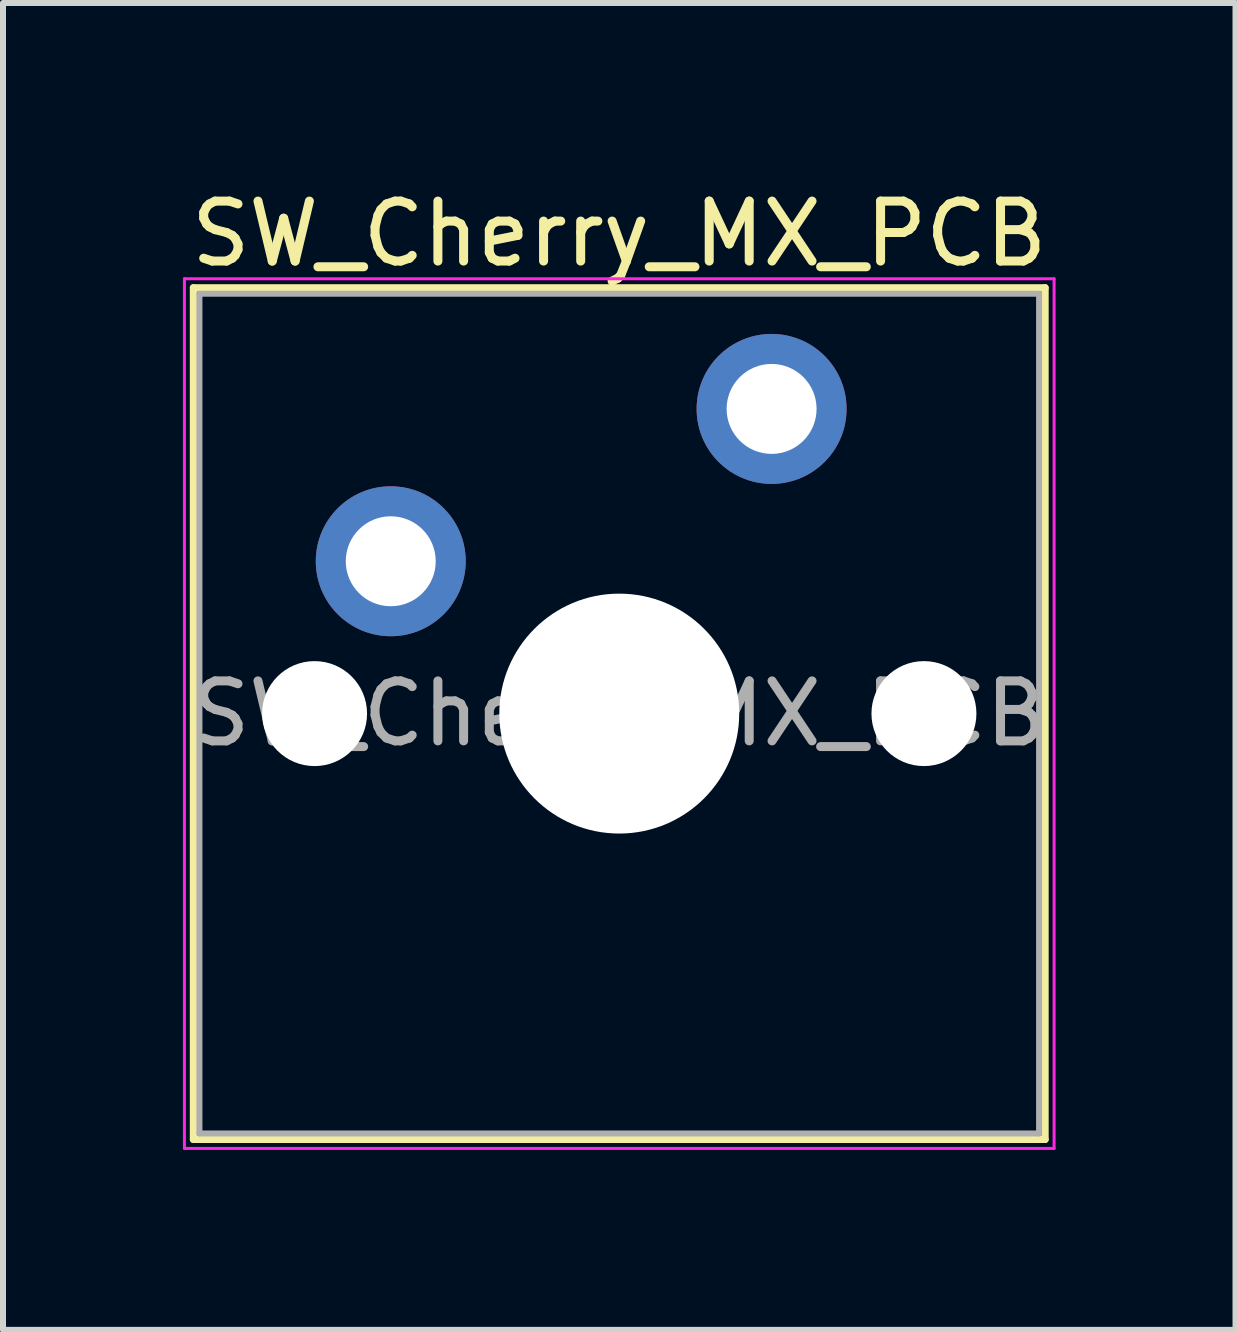
<source format=kicad_pcb>
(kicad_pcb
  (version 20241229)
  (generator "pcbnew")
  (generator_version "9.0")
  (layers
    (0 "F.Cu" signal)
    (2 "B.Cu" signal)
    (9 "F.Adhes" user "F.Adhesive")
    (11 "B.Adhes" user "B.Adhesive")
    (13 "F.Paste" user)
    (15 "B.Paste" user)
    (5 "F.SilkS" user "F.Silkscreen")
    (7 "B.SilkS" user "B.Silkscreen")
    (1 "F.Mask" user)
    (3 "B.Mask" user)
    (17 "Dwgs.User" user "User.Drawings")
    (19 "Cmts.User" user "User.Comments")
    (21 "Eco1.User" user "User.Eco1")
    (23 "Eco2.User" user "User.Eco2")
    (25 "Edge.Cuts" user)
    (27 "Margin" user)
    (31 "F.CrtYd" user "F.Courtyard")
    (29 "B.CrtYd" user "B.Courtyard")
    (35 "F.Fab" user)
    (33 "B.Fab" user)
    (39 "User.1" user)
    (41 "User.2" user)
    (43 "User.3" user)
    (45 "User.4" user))
  (footprint "SW_Cherry_MX_PCB"
    (layer "F.Cu")
    (at 7.275 8.848)
    (property "Reference" "SW_Cherry_MX_PCB" (at 0 -8 0) (layer "F.SilkS") (effects (font (size 1 1) (thickness 0.15))))
    (attr through_hole)
    (fp_line (start -7.1 -7.1) (end -7.1 7.1) (stroke (width 0.12) (type solid)) (layer "F.SilkS"))
    (fp_line (start -7.1 7.1) (end 7.1 7.1) (stroke (width 0.12) (type solid)) (layer "F.SilkS"))
    (fp_line (start 7.1 -7.1) (end -7.1 -7.1) (stroke (width 0.12) (type solid)) (layer "F.SilkS"))
    (fp_line (start 7.1 7.1) (end 7.1 -7.1) (stroke (width 0.12) (type solid)) (layer "F.SilkS"))
    (fp_line (start -7 -7) (end -7 7) (stroke (width 0.1) (type solid)) (layer "Eco1.User"))
    (fp_line (start -7 7) (end 7 7) (stroke (width 0.1) (type solid)) (layer "Eco1.User"))
    (fp_line (start 7 -7) (end -7 -7) (stroke (width 0.1) (type solid)) (layer "Eco1.User"))
    (fp_line (start 7 7) (end 7 -7) (stroke (width 0.1) (type solid)) (layer "Eco1.User"))
    (fp_line (start -7.25 -7.25) (end -7.25 7.25) (stroke (width 0.05) (type solid)) (layer "F.CrtYd"))
    (fp_line (start -7.25 7.25) (end 7.25 7.25) (stroke (width 0.05) (type solid)) (layer "F.CrtYd"))
    (fp_line (start 7.25 -7.25) (end -7.25 -7.25) (stroke (width 0.05) (type solid)) (layer "F.CrtYd"))
    (fp_line (start 7.25 7.25) (end 7.25 -7.25) (stroke (width 0.05) (type solid)) (layer "F.CrtYd"))
    (fp_line (start -7 -7) (end -7 7) (stroke (width 0.1) (type solid)) (layer "F.Fab"))
    (fp_line (start -7 7) (end 7 7) (stroke (width 0.1) (type solid)) (layer "F.Fab"))
    (fp_line (start 7 -7) (end -7 -7) (stroke (width 0.1) (type solid)) (layer "F.Fab"))
    (fp_line (start 7 7) (end 7 -7) (stroke (width 0.1) (type solid)) (layer "F.Fab"))
    (fp_text user "${REFERENCE}" (at 0 0 0) (layer "F.Fab") (effects (font (size 1 1) (thickness 0.15))))
    (pad "" np_thru_hole circle (at -5.08 0) (size 1.75 1.75) (drill 1.75) (layers "*.Cu" "*.Mask"))
    (pad "" np_thru_hole circle (at 0 0) (size 4 4) (drill 4) (layers "*.Cu" "*.Mask"))
    (pad "" np_thru_hole circle (at 5.08 0) (size 1.75 1.75) (drill 1.75) (layers "*.Cu" "*.Mask"))
    (pad "1" thru_hole circle (at -3.81 -2.54) (size 2.5 2.5) (drill 1.5) (layers "*.Cu" "B.Mask"))
    (pad "2" thru_hole circle (at 2.54 -5.08) (size 2.5 2.5) (drill 1.5) (layers "*.Cu" "B.Mask")))
  (gr_rect
    (start -3 -3)
    (end 17.55 19.123)
    (stroke (width 0.1) (type default))
    (fill no)
    (layer "Edge.Cuts")))
</source>
